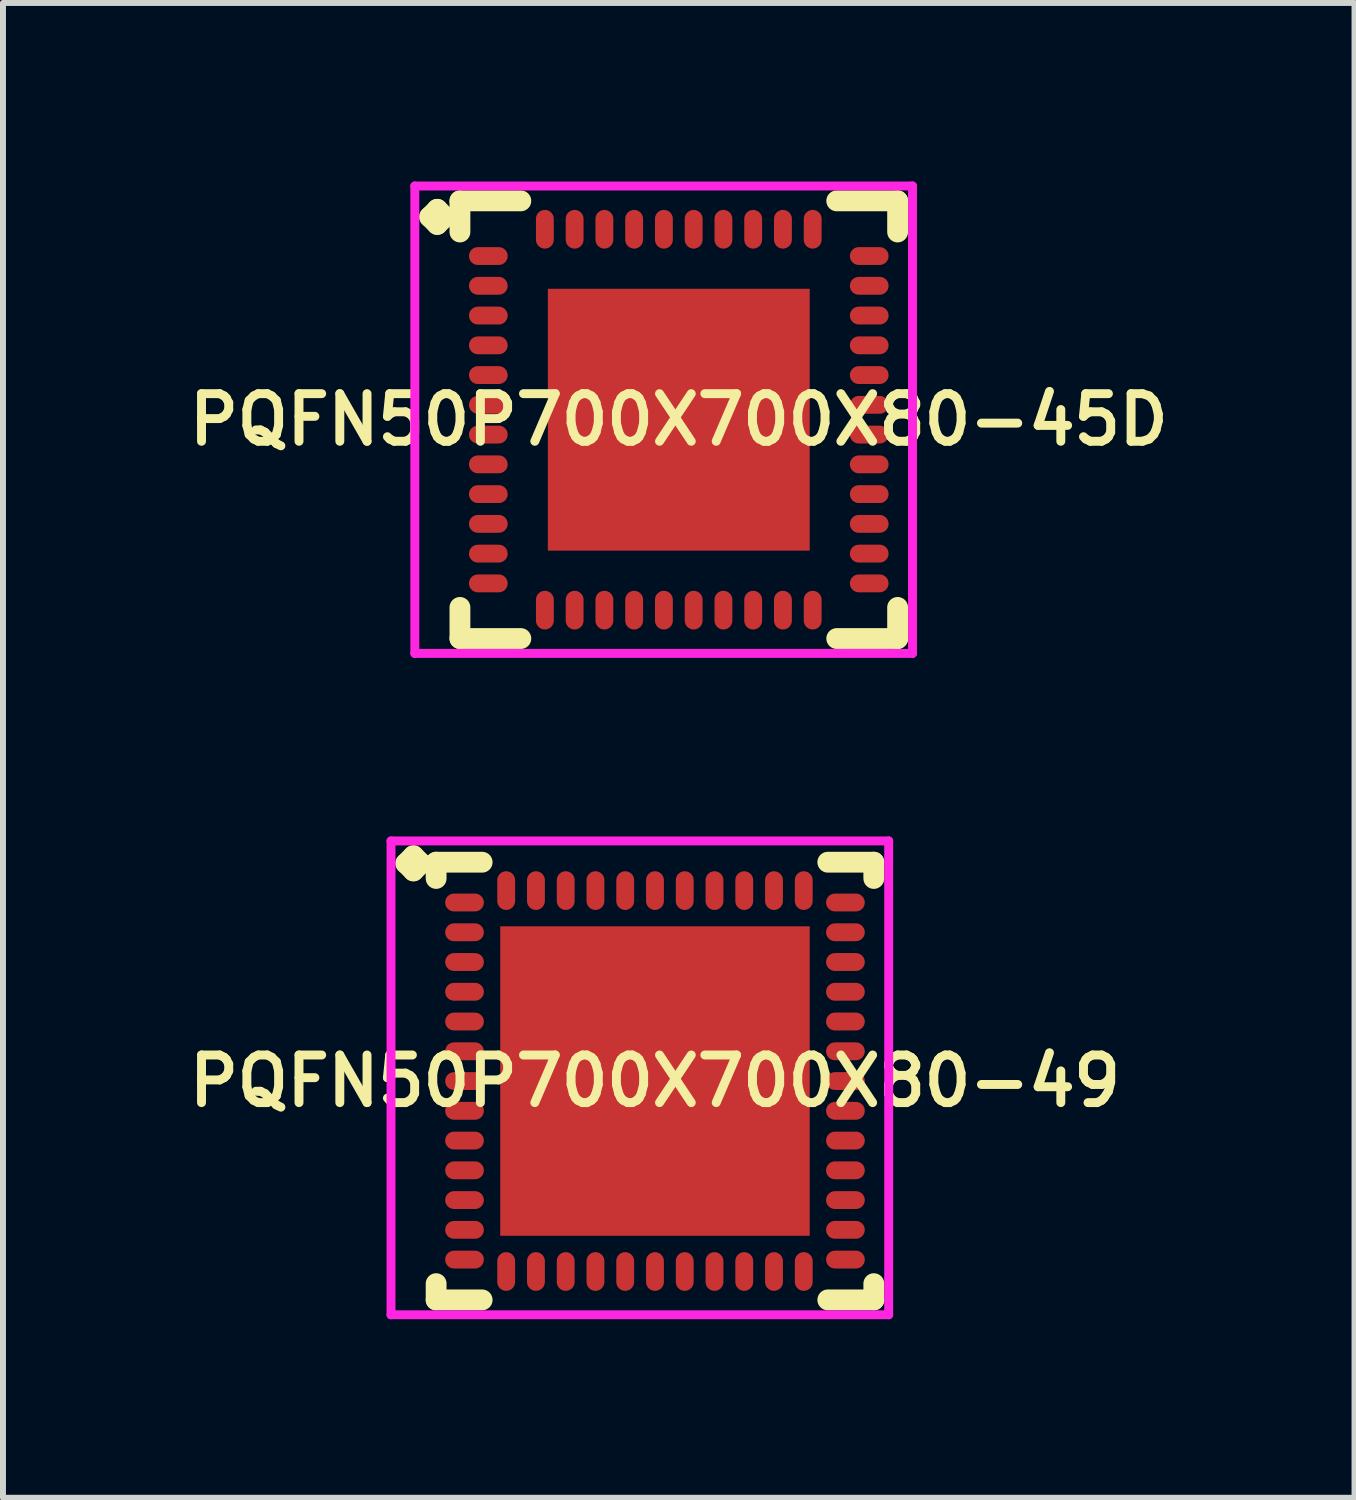
<source format=kicad_pcb>
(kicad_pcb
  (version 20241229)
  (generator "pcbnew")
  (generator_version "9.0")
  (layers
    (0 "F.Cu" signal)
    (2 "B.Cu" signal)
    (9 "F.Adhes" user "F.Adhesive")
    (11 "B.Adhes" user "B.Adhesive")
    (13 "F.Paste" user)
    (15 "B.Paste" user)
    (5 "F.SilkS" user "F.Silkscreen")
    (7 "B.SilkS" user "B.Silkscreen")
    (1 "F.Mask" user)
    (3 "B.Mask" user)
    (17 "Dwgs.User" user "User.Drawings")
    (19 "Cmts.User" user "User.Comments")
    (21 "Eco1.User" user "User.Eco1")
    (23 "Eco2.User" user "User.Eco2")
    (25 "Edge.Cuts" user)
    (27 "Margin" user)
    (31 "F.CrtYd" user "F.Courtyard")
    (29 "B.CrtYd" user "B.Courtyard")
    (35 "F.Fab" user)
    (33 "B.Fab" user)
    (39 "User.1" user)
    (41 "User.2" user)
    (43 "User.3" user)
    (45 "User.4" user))
  (footprint "PQFN50P700X700X80-49"
    (layer "F.Cu")
    (at 7.955 15.114)
    (property "Reference" "PQFN50P700X700X80-49" (at 0 0 0) (layer "F.SilkS") (effects (font (size 0.8 0.8) (thickness 0.15))))
    (attr smd)
    (fp_line (start -4.185 -3.658) (end -4.058 -3.785) (stroke (width 0.35) (type solid)) (layer "F.SilkS"))
    (fp_line (start -4.058 -3.785) (end -3.931 -3.658) (stroke (width 0.35) (type solid)) (layer "F.SilkS"))
    (fp_line (start -4.058 -3.531) (end -4.185 -3.658) (stroke (width 0.35) (type solid)) (layer "F.SilkS"))
    (fp_line (start -3.931 -3.658) (end -4.058 -3.531) (stroke (width 0.35) (type solid)) (layer "F.SilkS"))
    (fp_line (start -3.677 -3.677) (end -2.904 -3.677) (stroke (width 0.35) (type solid)) (layer "F.SilkS"))
    (fp_line (start -3.677 -3.404) (end -3.677 -3.677) (stroke (width 0.35) (type solid)) (layer "F.SilkS"))
    (fp_line (start -3.677 3.404) (end -3.677 3.677) (stroke (width 0.35) (type solid)) (layer "F.SilkS"))
    (fp_line (start -3.677 3.677) (end -2.904 3.677) (stroke (width 0.35) (type solid)) (layer "F.SilkS"))
    (fp_line (start 2.904 -3.677) (end 3.677 -3.677) (stroke (width 0.35) (type solid)) (layer "F.SilkS"))
    (fp_line (start 2.904 3.677) (end 3.677 3.677) (stroke (width 0.35) (type solid)) (layer "F.SilkS"))
    (fp_line (start 3.677 -3.677) (end 3.677 -3.404) (stroke (width 0.35) (type solid)) (layer "F.SilkS"))
    (fp_line (start 3.677 3.677) (end 3.677 3.404) (stroke (width 0.35) (type solid)) (layer "F.SilkS"))
    (fp_line (start -4.435 -4.035) (end 3.927 -4.035) (stroke (width 0.15) (type solid)) (layer "F.CrtYd"))
    (fp_line (start -4.435 3.927) (end -4.435 -4.035) (stroke (width 0.15) (type solid)) (layer "F.CrtYd"))
    (fp_line (start 3.927 -4.035) (end 3.927 3.927) (stroke (width 0.15) (type solid)) (layer "F.CrtYd"))
    (fp_line (start 3.927 3.927) (end -4.435 3.927) (stroke (width 0.15) (type solid)) (layer "F.CrtYd"))
    (pad "1" smd oval (at -3.2 -3) (size 0.65 0.3) (layers "F.Cu" "F.Mask" "F.Paste"))
    (pad "2" smd oval (at -3.2 -2.5) (size 0.65 0.3) (layers "F.Cu" "F.Mask" "F.Paste"))
    (pad "3" smd oval (at -3.2 -2) (size 0.65 0.3) (layers "F.Cu" "F.Mask" "F.Paste"))
    (pad "4" smd oval (at -3.2 -1.5) (size 0.65 0.3) (layers "F.Cu" "F.Mask" "F.Paste"))
    (pad "5" smd oval (at -3.2 -1) (size 0.65 0.3) (layers "F.Cu" "F.Mask" "F.Paste"))
    (pad "6" smd oval (at -3.2 -0.5) (size 0.65 0.3) (layers "F.Cu" "F.Mask" "F.Paste"))
    (pad "7" smd oval (at -3.2 0) (size 0.65 0.3) (layers "F.Cu" "F.Mask" "F.Paste"))
    (pad "8" smd oval (at -3.2 0.5) (size 0.65 0.3) (layers "F.Cu" "F.Mask" "F.Paste"))
    (pad "9" smd oval (at -3.2 1) (size 0.65 0.3) (layers "F.Cu" "F.Mask" "F.Paste"))
    (pad "10" smd oval (at -3.2 1.5) (size 0.65 0.3) (layers "F.Cu" "F.Mask" "F.Paste"))
    (pad "11" smd oval (at -3.2 2) (size 0.65 0.3) (layers "F.Cu" "F.Mask" "F.Paste"))
    (pad "12" smd oval (at -3.2 2.5) (size 0.65 0.3) (layers "F.Cu" "F.Mask" "F.Paste"))
    (pad "13" smd oval (at -3.2 3) (size 0.65 0.3) (layers "F.Cu" "F.Mask" "F.Paste"))
    (pad "14" smd oval (at -2.5 3.2) (size 0.3 0.65) (layers "F.Cu" "F.Mask" "F.Paste"))
    (pad "15" smd oval (at -2 3.2) (size 0.3 0.65) (layers "F.Cu" "F.Mask" "F.Paste"))
    (pad "16" smd oval (at -1.5 3.2) (size 0.3 0.65) (layers "F.Cu" "F.Mask" "F.Paste"))
    (pad "17" smd oval (at -1 3.2) (size 0.3 0.65) (layers "F.Cu" "F.Mask" "F.Paste"))
    (pad "18" smd oval (at -0.5 3.2) (size 0.3 0.65) (layers "F.Cu" "F.Mask" "F.Paste"))
    (pad "19" smd oval (at 0 3.2) (size 0.3 0.65) (layers "F.Cu" "F.Mask" "F.Paste"))
    (pad "20" smd oval (at 0.5 3.2) (size 0.3 0.65) (layers "F.Cu" "F.Mask" "F.Paste"))
    (pad "21" smd oval (at 1 3.2) (size 0.3 0.65) (layers "F.Cu" "F.Mask" "F.Paste"))
    (pad "22" smd oval (at 1.5 3.2) (size 0.3 0.65) (layers "F.Cu" "F.Mask" "F.Paste"))
    (pad "23" smd oval (at 2 3.2) (size 0.3 0.65) (layers "F.Cu" "F.Mask" "F.Paste"))
    (pad "24" smd oval (at 2.5 3.2) (size 0.3 0.65) (layers "F.Cu" "F.Mask" "F.Paste"))
    (pad "25" smd oval (at 3.2 3) (size 0.65 0.3) (layers "F.Cu" "F.Mask" "F.Paste"))
    (pad "26" smd oval (at 3.2 2.5) (size 0.65 0.3) (layers "F.Cu" "F.Mask" "F.Paste"))
    (pad "27" smd oval (at 3.2 2) (size 0.65 0.3) (layers "F.Cu" "F.Mask" "F.Paste"))
    (pad "28" smd oval (at 3.2 1.5) (size 0.65 0.3) (layers "F.Cu" "F.Mask" "F.Paste"))
    (pad "29" smd oval (at 3.2 1) (size 0.65 0.3) (layers "F.Cu" "F.Mask" "F.Paste"))
    (pad "30" smd oval (at 3.2 0.5) (size 0.65 0.3) (layers "F.Cu" "F.Mask" "F.Paste"))
    (pad "31" smd oval (at 3.2 0) (size 0.65 0.3) (layers "F.Cu" "F.Mask" "F.Paste"))
    (pad "32" smd oval (at 3.2 -0.5) (size 0.65 0.3) (layers "F.Cu" "F.Mask" "F.Paste"))
    (pad "33" smd oval (at 3.2 -1) (size 0.65 0.3) (layers "F.Cu" "F.Mask" "F.Paste"))
    (pad "34" smd oval (at 3.2 -1.5) (size 0.65 0.3) (layers "F.Cu" "F.Mask" "F.Paste"))
    (pad "35" smd oval (at 3.2 -2) (size 0.65 0.3) (layers "F.Cu" "F.Mask" "F.Paste"))
    (pad "36" smd oval (at 3.2 -2.5) (size 0.65 0.3) (layers "F.Cu" "F.Mask" "F.Paste"))
    (pad "37" smd oval (at 3.2 -3) (size 0.65 0.3) (layers "F.Cu" "F.Mask" "F.Paste"))
    (pad "38" smd oval (at 2.5 -3.2) (size 0.3 0.65) (layers "F.Cu" "F.Mask" "F.Paste"))
    (pad "39" smd oval (at 2 -3.2) (size 0.3 0.65) (layers "F.Cu" "F.Mask" "F.Paste"))
    (pad "40" smd oval (at 1.5 -3.2) (size 0.3 0.65) (layers "F.Cu" "F.Mask" "F.Paste"))
    (pad "41" smd oval (at 1 -3.2) (size 0.3 0.65) (layers "F.Cu" "F.Mask" "F.Paste"))
    (pad "42" smd oval (at 0.5 -3.2) (size 0.3 0.65) (layers "F.Cu" "F.Mask" "F.Paste"))
    (pad "43" smd oval (at 0 -3.2) (size 0.3 0.65) (layers "F.Cu" "F.Mask" "F.Paste"))
    (pad "44" smd oval (at -0.5 -3.2) (size 0.3 0.65) (layers "F.Cu" "F.Mask" "F.Paste"))
    (pad "45" smd oval (at -1 -3.2) (size 0.3 0.65) (layers "F.Cu" "F.Mask" "F.Paste"))
    (pad "46" smd oval (at -1.5 -3.2) (size 0.3 0.65) (layers "F.Cu" "F.Mask" "F.Paste"))
    (pad "47" smd oval (at -2 -3.2) (size 0.3 0.65) (layers "F.Cu" "F.Mask" "F.Paste"))
    (pad "48" smd oval (at -2.5 -3.2) (size 0.3 0.65) (layers "F.Cu" "F.Mask" "F.Paste"))
    (pad "49" smd rect (at 0 0) (size 5.2 5.2) (layers "F.Cu" "F.Mask" "F.Paste")))
  (footprint "PQFN50P700X700X80-45D"
    (layer "F.Cu")
    (at 8.355 4.002)
    (property "Reference" "PQFN50P700X700X80-45D" (at 0 0 0) (layer "F.SilkS") (effects (font (size 0.8 0.8) (thickness 0.15))))
    (attr smd)
    (fp_line (start -4.185 -3.408) (end -4.058 -3.535) (stroke (width 0.35) (type solid)) (layer "F.SilkS"))
    (fp_line (start -4.058 -3.535) (end -3.931 -3.408) (stroke (width 0.35) (type solid)) (layer "F.SilkS"))
    (fp_line (start -4.058 -3.281) (end -4.185 -3.408) (stroke (width 0.35) (type solid)) (layer "F.SilkS"))
    (fp_line (start -3.931 -3.408) (end -4.058 -3.281) (stroke (width 0.35) (type solid)) (layer "F.SilkS"))
    (fp_line (start -3.677 -3.677) (end -2.654 -3.677) (stroke (width 0.35) (type solid)) (layer "F.SilkS"))
    (fp_line (start -3.677 -3.154) (end -3.677 -3.677) (stroke (width 0.35) (type solid)) (layer "F.SilkS"))
    (fp_line (start -3.677 3.154) (end -3.677 3.677) (stroke (width 0.35) (type solid)) (layer "F.SilkS"))
    (fp_line (start -3.677 3.677) (end -2.654 3.677) (stroke (width 0.35) (type solid)) (layer "F.SilkS"))
    (fp_line (start 2.654 -3.677) (end 3.677 -3.677) (stroke (width 0.35) (type solid)) (layer "F.SilkS"))
    (fp_line (start 2.654 3.677) (end 3.677 3.677) (stroke (width 0.35) (type solid)) (layer "F.SilkS"))
    (fp_line (start 3.677 -3.677) (end 3.677 -3.154) (stroke (width 0.35) (type solid)) (layer "F.SilkS"))
    (fp_line (start 3.677 3.677) (end 3.677 3.154) (stroke (width 0.35) (type solid)) (layer "F.SilkS"))
    (fp_line (start -4.435 -3.927) (end 3.927 -3.927) (stroke (width 0.15) (type solid)) (layer "F.CrtYd"))
    (fp_line (start -4.435 3.927) (end -4.435 -3.927) (stroke (width 0.15) (type solid)) (layer "F.CrtYd"))
    (fp_line (start 3.927 -3.927) (end 3.927 3.927) (stroke (width 0.15) (type solid)) (layer "F.CrtYd"))
    (fp_line (start 3.927 3.927) (end -4.435 3.927) (stroke (width 0.15) (type solid)) (layer "F.CrtYd"))
    (pad "1" smd oval (at -3.2 -2.75) (size 0.65 0.3) (layers "F.Cu" "F.Mask" "F.Paste"))
    (pad "2" smd oval (at -3.2 -2.25) (size 0.65 0.3) (layers "F.Cu" "F.Mask" "F.Paste"))
    (pad "3" smd oval (at -3.2 -1.75) (size 0.65 0.3) (layers "F.Cu" "F.Mask" "F.Paste"))
    (pad "4" smd oval (at -3.2 -1.25) (size 0.65 0.3) (layers "F.Cu" "F.Mask" "F.Paste"))
    (pad "5" smd oval (at -3.2 -0.75) (size 0.65 0.3) (layers "F.Cu" "F.Mask" "F.Paste"))
    (pad "6" smd oval (at -3.2 -0.25) (size 0.65 0.3) (layers "F.Cu" "F.Mask" "F.Paste"))
    (pad "7" smd oval (at -3.2 0.25) (size 0.65 0.3) (layers "F.Cu" "F.Mask" "F.Paste"))
    (pad "8" smd oval (at -3.2 0.75) (size 0.65 0.3) (layers "F.Cu" "F.Mask" "F.Paste"))
    (pad "9" smd oval (at -3.2 1.25) (size 0.65 0.3) (layers "F.Cu" "F.Mask" "F.Paste"))
    (pad "10" smd oval (at -3.2 1.75) (size 0.65 0.3) (layers "F.Cu" "F.Mask" "F.Paste"))
    (pad "11" smd oval (at -3.2 2.25) (size 0.65 0.3) (layers "F.Cu" "F.Mask" "F.Paste"))
    (pad "12" smd oval (at -3.2 2.75) (size 0.65 0.3) (layers "F.Cu" "F.Mask" "F.Paste"))
    (pad "13" smd oval (at -2.25 3.2) (size 0.3 0.65) (layers "F.Cu" "F.Mask" "F.Paste"))
    (pad "14" smd oval (at -1.75 3.2) (size 0.3 0.65) (layers "F.Cu" "F.Mask" "F.Paste"))
    (pad "15" smd oval (at -1.25 3.2) (size 0.3 0.65) (layers "F.Cu" "F.Mask" "F.Paste"))
    (pad "16" smd oval (at -0.75 3.2) (size 0.3 0.65) (layers "F.Cu" "F.Mask" "F.Paste"))
    (pad "17" smd oval (at -0.25 3.2) (size 0.3 0.65) (layers "F.Cu" "F.Mask" "F.Paste"))
    (pad "18" smd oval (at 0.25 3.2) (size 0.3 0.65) (layers "F.Cu" "F.Mask" "F.Paste"))
    (pad "19" smd oval (at 0.75 3.2) (size 0.3 0.65) (layers "F.Cu" "F.Mask" "F.Paste"))
    (pad "20" smd oval (at 1.25 3.2) (size 0.3 0.65) (layers "F.Cu" "F.Mask" "F.Paste"))
    (pad "21" smd oval (at 1.75 3.2) (size 0.3 0.65) (layers "F.Cu" "F.Mask" "F.Paste"))
    (pad "22" smd oval (at 2.25 3.2) (size 0.3 0.65) (layers "F.Cu" "F.Mask" "F.Paste"))
    (pad "23" smd oval (at 3.2 2.75) (size 0.65 0.3) (layers "F.Cu" "F.Mask" "F.Paste"))
    (pad "24" smd oval (at 3.2 2.25) (size 0.65 0.3) (layers "F.Cu" "F.Mask" "F.Paste"))
    (pad "25" smd oval (at 3.2 1.75) (size 0.65 0.3) (layers "F.Cu" "F.Mask" "F.Paste"))
    (pad "26" smd oval (at 3.2 1.25) (size 0.65 0.3) (layers "F.Cu" "F.Mask" "F.Paste"))
    (pad "27" smd oval (at 3.2 0.75) (size 0.65 0.3) (layers "F.Cu" "F.Mask" "F.Paste"))
    (pad "28" smd oval (at 3.2 0.25) (size 0.65 0.3) (layers "F.Cu" "F.Mask" "F.Paste"))
    (pad "29" smd oval (at 3.2 -0.25) (size 0.65 0.3) (layers "F.Cu" "F.Mask" "F.Paste"))
    (pad "30" smd oval (at 3.2 -0.75) (size 0.65 0.3) (layers "F.Cu" "F.Mask" "F.Paste"))
    (pad "31" smd oval (at 3.2 -1.25) (size 0.65 0.3) (layers "F.Cu" "F.Mask" "F.Paste"))
    (pad "32" smd oval (at 3.2 -1.75) (size 0.65 0.3) (layers "F.Cu" "F.Mask" "F.Paste"))
    (pad "33" smd oval (at 3.2 -2.25) (size 0.65 0.3) (layers "F.Cu" "F.Mask" "F.Paste"))
    (pad "34" smd oval (at 3.2 -2.75) (size 0.65 0.3) (layers "F.Cu" "F.Mask" "F.Paste"))
    (pad "35" smd oval (at 2.25 -3.2) (size 0.3 0.65) (layers "F.Cu" "F.Mask" "F.Paste"))
    (pad "36" smd oval (at 1.75 -3.2) (size 0.3 0.65) (layers "F.Cu" "F.Mask" "F.Paste"))
    (pad "37" smd oval (at 1.25 -3.2) (size 0.3 0.65) (layers "F.Cu" "F.Mask" "F.Paste"))
    (pad "38" smd oval (at 0.75 -3.2) (size 0.3 0.65) (layers "F.Cu" "F.Mask" "F.Paste"))
    (pad "39" smd oval (at 0.25 -3.2) (size 0.3 0.65) (layers "F.Cu" "F.Mask" "F.Paste"))
    (pad "40" smd oval (at -0.25 -3.2) (size 0.3 0.65) (layers "F.Cu" "F.Mask" "F.Paste"))
    (pad "41" smd oval (at -0.75 -3.2) (size 0.3 0.65) (layers "F.Cu" "F.Mask" "F.Paste"))
    (pad "42" smd oval (at -1.25 -3.2) (size 0.3 0.65) (layers "F.Cu" "F.Mask" "F.Paste"))
    (pad "43" smd oval (at -1.75 -3.2) (size 0.3 0.65) (layers "F.Cu" "F.Mask" "F.Paste"))
    (pad "44" smd oval (at -2.25 -3.2) (size 0.3 0.65) (layers "F.Cu" "F.Mask" "F.Paste"))
    (pad "45" smd rect (at 0 0) (size 4.4 4.4) (layers "F.Cu" "F.Mask" "F.Paste")))
  (gr_rect
    (start -3 -3)
    (end 19.709 22.116)
    (stroke (width 0.1) (type default))
    (fill no)
    (layer "Edge.Cuts")))
</source>
